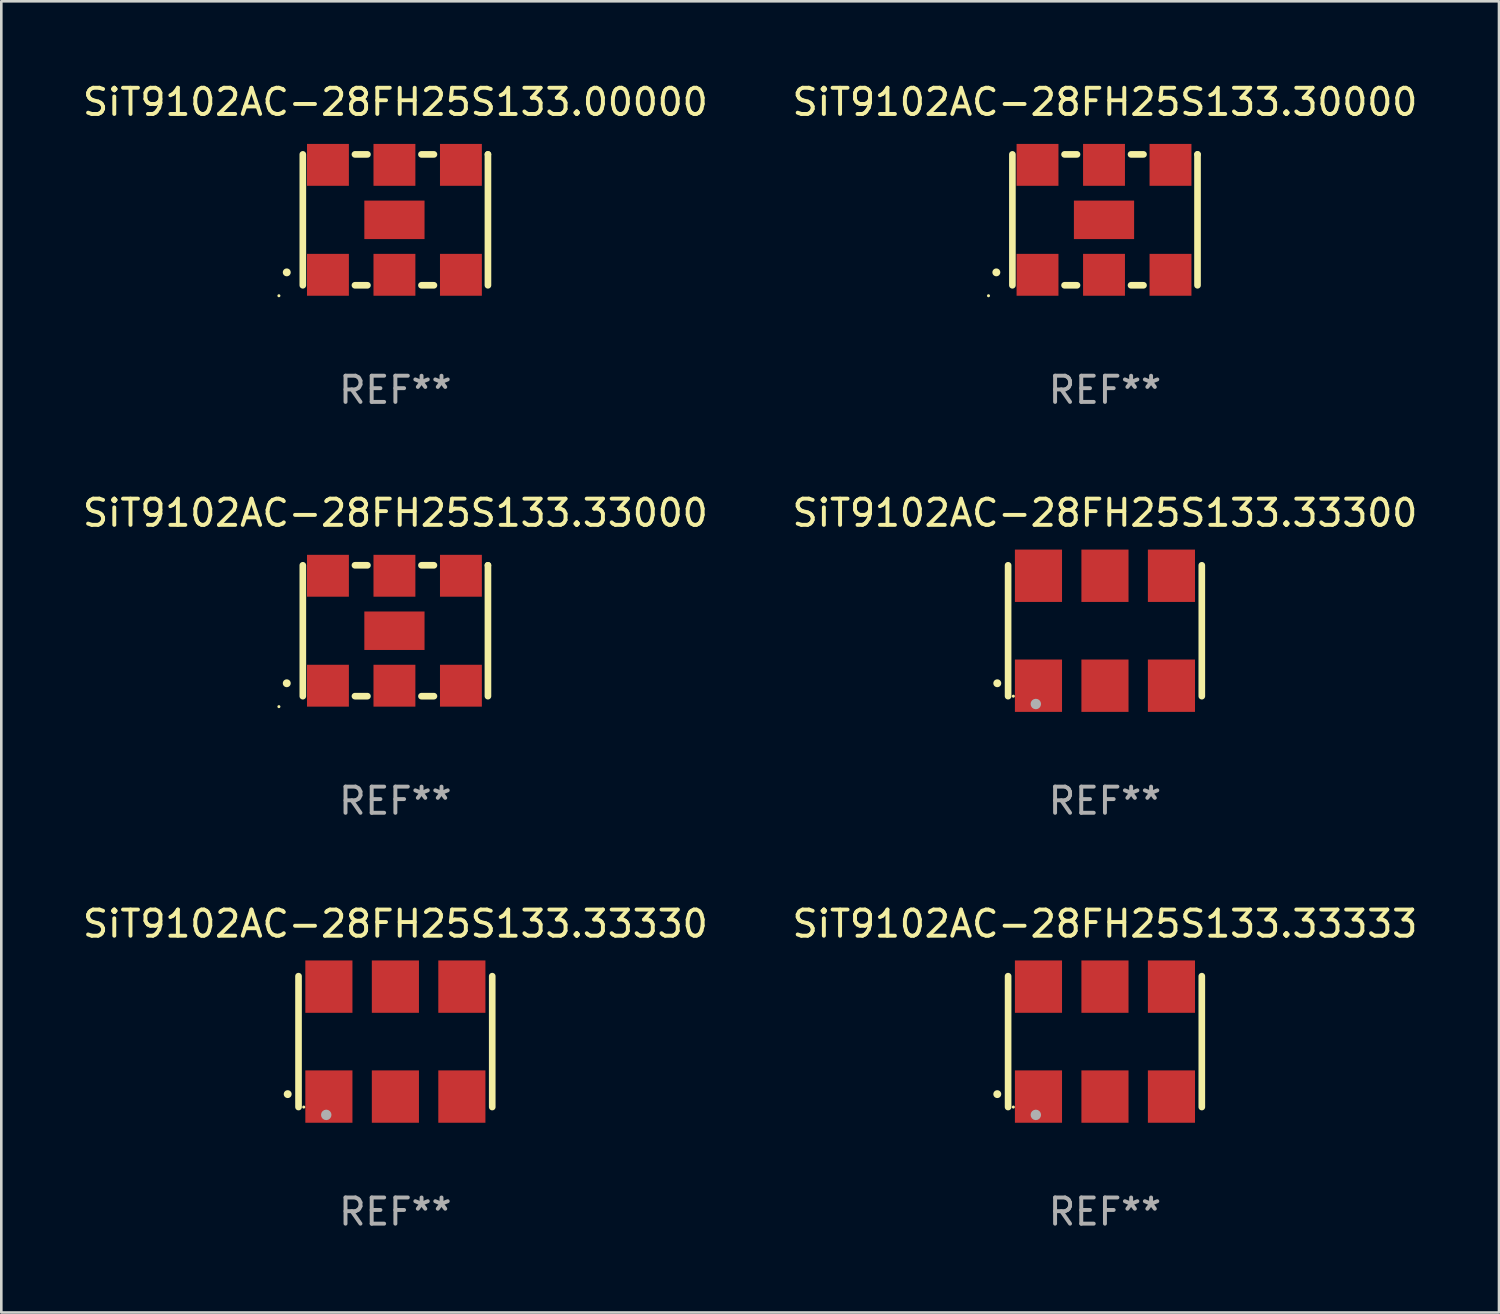
<source format=kicad_pcb>
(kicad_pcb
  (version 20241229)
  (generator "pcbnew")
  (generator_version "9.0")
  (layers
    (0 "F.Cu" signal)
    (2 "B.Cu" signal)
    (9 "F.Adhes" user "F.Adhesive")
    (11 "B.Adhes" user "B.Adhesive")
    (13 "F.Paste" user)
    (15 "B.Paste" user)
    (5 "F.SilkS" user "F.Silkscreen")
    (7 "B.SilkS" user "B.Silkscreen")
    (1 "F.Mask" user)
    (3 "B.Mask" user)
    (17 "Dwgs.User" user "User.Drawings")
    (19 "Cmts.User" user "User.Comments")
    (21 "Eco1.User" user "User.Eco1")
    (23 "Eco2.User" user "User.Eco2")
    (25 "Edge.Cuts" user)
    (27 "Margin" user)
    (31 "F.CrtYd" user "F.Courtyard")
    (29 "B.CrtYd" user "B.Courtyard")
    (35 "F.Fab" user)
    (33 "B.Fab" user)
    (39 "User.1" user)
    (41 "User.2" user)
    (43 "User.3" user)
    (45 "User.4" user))
  (footprint "SiT9102AC-28FH25S133.33333"
    (layer "F.Cu")
    (at 39.161 36.741)
    (property "Reference" "SiT9102AC-28FH25S133.33333" (at 0 -4.5 0) (layer "F.SilkS") (effects (font (size 1 1) (thickness 0.15))))
    (attr through_hole)
    (fp_line (start -3.7 -2.5) (end -3.7 2.5) (stroke (width 0.254) (type solid)) (layer "F.SilkS"))
    (fp_line (start 3.7 -2.5) (end 3.7 2.5) (stroke (width 0.254) (type solid)) (layer "F.SilkS"))
    (fp_arc (start -4.114415 2.006604) (mid -4.113145 2.006599) (end -4.111875 2.006604) (stroke (width 0.3) (type solid)) (layer "F.SilkS"))
    (fp_circle (center -3.5 2.501) (end -3.47 2.501) (stroke (width 0.06) (type solid)) (fill no) (layer "F.SilkS"))
    (fp_circle (center -2.641 2.799) (end -2.541 2.799) (stroke (width 0.2) (type solid)) (fill no) (layer "F.Fab"))
    (fp_text user "REF**" (at 0 6.5 0) (layer "F.Fab") (effects (font (size 1 1) (thickness 0.15))))
    (pad "1" smd rect (at -2.54 2.1) (size 1.8 2) (layers "F.Cu" "F.Mask" "F.Paste"))
    (pad "2" smd rect (at 0.000394 2.1) (size 1.8 2) (layers "F.Cu" "F.Mask" "F.Paste"))
    (pad "3" smd rect (at 2.54 2.1) (size 1.8 2) (layers "F.Cu" "F.Mask" "F.Paste"))
    (pad "4" smd rect (at 2.54 -2.1) (size 1.8 2) (layers "F.Cu" "F.Mask" "F.Paste"))
    (pad "5" smd rect (at 0.000394 -2.1) (size 1.8 2) (layers "F.Cu" "F.Mask" "F.Paste"))
    (pad "6" smd rect (at -2.54 -2.1) (size 1.8 2) (layers "F.Cu" "F.Mask" "F.Paste")))
  (footprint "SiT9102AC-28FH25S133.33000"
    (layer "F.Cu")
    (at 12.054 21.045)
    (property "Reference" "SiT9102AC-28FH25S133.33000" (at 0 -4.5 0) (layer "F.SilkS") (effects (font (size 1 1) (thickness 0.15))))
    (attr through_hole)
    (fp_line (start -3.536 -2.5) (end -3.536 2.5) (stroke (width 0.254) (type solid)) (layer "F.SilkS"))
    (fp_line (start -1.544 2.5) (end -1.067 2.5) (stroke (width 0.254) (type solid)) (layer "F.SilkS"))
    (fp_line (start -1.067 -2.5) (end -1.544 -2.5) (stroke (width 0.254) (type solid)) (layer "F.SilkS"))
    (fp_line (start 0.996 2.5) (end 1.473 2.5) (stroke (width 0.254) (type solid)) (layer "F.SilkS"))
    (fp_line (start 1.473 -2.5) (end 0.996 -2.5) (stroke (width 0.254) (type solid)) (layer "F.SilkS"))
    (fp_line (start 3.536 -2.5) (end 3.536 -2.5) (stroke (width 0.254) (type solid)) (layer "F.SilkS"))
    (fp_line (start 3.536 2.5) (end 3.536 -2.5) (stroke (width 0.254) (type solid)) (layer "F.SilkS"))
    (fp_arc (start -4.150432 2.006604) (mid -4.149162 2.006599) (end -4.147892 2.006604) (stroke (width 0.3) (type solid)) (layer "F.SilkS"))
    (fp_circle (center -4.449 2.9) (end -4.419 2.9) (stroke (width 0.06) (type solid)) (fill no) (layer "F.SilkS"))
    (fp_text user "REF**" (at 0 6.5 0) (layer "F.Fab") (effects (font (size 1 1) (thickness 0.15))))
    (pad "1" smd rect (at -2.576 2.1) (size 1.6 1.6) (layers "F.Cu" "F.Mask" "F.Paste"))
    (pad "2" smd rect (at -0.036 2.1) (size 1.6 1.6) (layers "F.Cu" "F.Mask" "F.Paste"))
    (pad "3" smd rect (at 2.504 2.1) (size 1.6 1.6) (layers "F.Cu" "F.Mask" "F.Paste"))
    (pad "4" smd rect (at 2.504 -2.1) (size 1.6 1.6) (layers "F.Cu" "F.Mask" "F.Paste"))
    (pad "5" smd rect (at -0.036 -2.1) (size 1.6 1.6) (layers "F.Cu" "F.Mask" "F.Paste"))
    (pad "6" smd rect (at -2.576 -2.1) (size 1.6 1.6) (layers "F.Cu" "F.Mask" "F.Paste"))
    (pad "7" smd rect (at -0.036 0) (size 2.3 1.47) (layers "F.Cu" "F.Mask" "F.Paste")))
  (footprint "SiT9102AC-28FH25S133.00000"
    (layer "F.Cu")
    (at 12.054 5.348)
    (property "Reference" "SiT9102AC-28FH25S133.00000" (at 0 -4.5 0) (layer "F.SilkS") (effects (font (size 1 1) (thickness 0.15))))
    (attr through_hole)
    (fp_line (start -3.536 -2.5) (end -3.536 2.5) (stroke (width 0.254) (type solid)) (layer "F.SilkS"))
    (fp_line (start -1.544 2.5) (end -1.067 2.5) (stroke (width 0.254) (type solid)) (layer "F.SilkS"))
    (fp_line (start -1.067 -2.5) (end -1.544 -2.5) (stroke (width 0.254) (type solid)) (layer "F.SilkS"))
    (fp_line (start 0.996 2.5) (end 1.473 2.5) (stroke (width 0.254) (type solid)) (layer "F.SilkS"))
    (fp_line (start 1.473 -2.5) (end 0.996 -2.5) (stroke (width 0.254) (type solid)) (layer "F.SilkS"))
    (fp_line (start 3.536 -2.5) (end 3.536 -2.5) (stroke (width 0.254) (type solid)) (layer "F.SilkS"))
    (fp_line (start 3.536 2.5) (end 3.536 -2.5) (stroke (width 0.254) (type solid)) (layer "F.SilkS"))
    (fp_arc (start -4.150432 2.006604) (mid -4.149162 2.006599) (end -4.147892 2.006604) (stroke (width 0.3) (type solid)) (layer "F.SilkS"))
    (fp_circle (center -4.449 2.9) (end -4.419 2.9) (stroke (width 0.06) (type solid)) (fill no) (layer "F.SilkS"))
    (fp_text user "REF**" (at 0 6.5 0) (layer "F.Fab") (effects (font (size 1 1) (thickness 0.15))))
    (pad "1" smd rect (at -2.576 2.1) (size 1.6 1.6) (layers "F.Cu" "F.Mask" "F.Paste"))
    (pad "2" smd rect (at -0.036 2.1) (size 1.6 1.6) (layers "F.Cu" "F.Mask" "F.Paste"))
    (pad "3" smd rect (at 2.504 2.1) (size 1.6 1.6) (layers "F.Cu" "F.Mask" "F.Paste"))
    (pad "4" smd rect (at 2.504 -2.1) (size 1.6 1.6) (layers "F.Cu" "F.Mask" "F.Paste"))
    (pad "5" smd rect (at -0.036 -2.1) (size 1.6 1.6) (layers "F.Cu" "F.Mask" "F.Paste"))
    (pad "6" smd rect (at -2.576 -2.1) (size 1.6 1.6) (layers "F.Cu" "F.Mask" "F.Paste"))
    (pad "7" smd rect (at -0.036 0) (size 2.3 1.47) (layers "F.Cu" "F.Mask" "F.Paste")))
  (footprint "SiT9102AC-28FH25S133.33330"
    (layer "F.Cu")
    (at 12.054 36.741)
    (property "Reference" "SiT9102AC-28FH25S133.33330" (at 0 -4.5 0) (layer "F.SilkS") (effects (font (size 1 1) (thickness 0.15))))
    (attr through_hole)
    (fp_line (start -3.7 -2.5) (end -3.7 2.5) (stroke (width 0.254) (type solid)) (layer "F.SilkS"))
    (fp_line (start 3.7 -2.5) (end 3.7 2.5) (stroke (width 0.254) (type solid)) (layer "F.SilkS"))
    (fp_arc (start -4.114415 2.006604) (mid -4.113145 2.006599) (end -4.111875 2.006604) (stroke (width 0.3) (type solid)) (layer "F.SilkS"))
    (fp_circle (center -3.5 2.501) (end -3.47 2.501) (stroke (width 0.06) (type solid)) (fill no) (layer "F.SilkS"))
    (fp_circle (center -2.641 2.799) (end -2.541 2.799) (stroke (width 0.2) (type solid)) (fill no) (layer "F.Fab"))
    (fp_text user "REF**" (at 0 6.5 0) (layer "F.Fab") (effects (font (size 1 1) (thickness 0.15))))
    (pad "1" smd rect (at -2.54 2.1) (size 1.8 2) (layers "F.Cu" "F.Mask" "F.Paste"))
    (pad "2" smd rect (at 0.000394 2.1) (size 1.8 2) (layers "F.Cu" "F.Mask" "F.Paste"))
    (pad "3" smd rect (at 2.54 2.1) (size 1.8 2) (layers "F.Cu" "F.Mask" "F.Paste"))
    (pad "4" smd rect (at 2.54 -2.1) (size 1.8 2) (layers "F.Cu" "F.Mask" "F.Paste"))
    (pad "5" smd rect (at 0.000394 -2.1) (size 1.8 2) (layers "F.Cu" "F.Mask" "F.Paste"))
    (pad "6" smd rect (at -2.54 -2.1) (size 1.8 2) (layers "F.Cu" "F.Mask" "F.Paste")))
  (footprint "SiT9102AC-28FH25S133.30000"
    (layer "F.Cu")
    (at 39.161 5.348)
    (property "Reference" "SiT9102AC-28FH25S133.30000" (at 0 -4.5 0) (layer "F.SilkS") (effects (font (size 1 1) (thickness 0.15))))
    (attr through_hole)
    (fp_line (start -3.536 -2.5) (end -3.536 2.5) (stroke (width 0.254) (type solid)) (layer "F.SilkS"))
    (fp_line (start -1.544 2.5) (end -1.067 2.5) (stroke (width 0.254) (type solid)) (layer "F.SilkS"))
    (fp_line (start -1.067 -2.5) (end -1.544 -2.5) (stroke (width 0.254) (type solid)) (layer "F.SilkS"))
    (fp_line (start 0.996 2.5) (end 1.473 2.5) (stroke (width 0.254) (type solid)) (layer "F.SilkS"))
    (fp_line (start 1.473 -2.5) (end 0.996 -2.5) (stroke (width 0.254) (type solid)) (layer "F.SilkS"))
    (fp_line (start 3.536 -2.5) (end 3.536 -2.5) (stroke (width 0.254) (type solid)) (layer "F.SilkS"))
    (fp_line (start 3.536 2.5) (end 3.536 -2.5) (stroke (width 0.254) (type solid)) (layer "F.SilkS"))
    (fp_arc (start -4.150432 2.006604) (mid -4.149162 2.006599) (end -4.147892 2.006604) (stroke (width 0.3) (type solid)) (layer "F.SilkS"))
    (fp_circle (center -4.449 2.9) (end -4.419 2.9) (stroke (width 0.06) (type solid)) (fill no) (layer "F.SilkS"))
    (fp_text user "REF**" (at 0 6.5 0) (layer "F.Fab") (effects (font (size 1 1) (thickness 0.15))))
    (pad "1" smd rect (at -2.576 2.1) (size 1.6 1.6) (layers "F.Cu" "F.Mask" "F.Paste"))
    (pad "2" smd rect (at -0.036 2.1) (size 1.6 1.6) (layers "F.Cu" "F.Mask" "F.Paste"))
    (pad "3" smd rect (at 2.504 2.1) (size 1.6 1.6) (layers "F.Cu" "F.Mask" "F.Paste"))
    (pad "4" smd rect (at 2.504 -2.1) (size 1.6 1.6) (layers "F.Cu" "F.Mask" "F.Paste"))
    (pad "5" smd rect (at -0.036 -2.1) (size 1.6 1.6) (layers "F.Cu" "F.Mask" "F.Paste"))
    (pad "6" smd rect (at -2.576 -2.1) (size 1.6 1.6) (layers "F.Cu" "F.Mask" "F.Paste"))
    (pad "7" smd rect (at -0.036 0) (size 2.3 1.47) (layers "F.Cu" "F.Mask" "F.Paste")))
  (footprint "SiT9102AC-28FH25S133.33300"
    (layer "F.Cu")
    (at 39.161 21.045)
    (property "Reference" "SiT9102AC-28FH25S133.33300" (at 0 -4.5 0) (layer "F.SilkS") (effects (font (size 1 1) (thickness 0.15))))
    (attr through_hole)
    (fp_line (start -3.7 -2.5) (end -3.7 2.5) (stroke (width 0.254) (type solid)) (layer "F.SilkS"))
    (fp_line (start 3.7 -2.5) (end 3.7 2.5) (stroke (width 0.254) (type solid)) (layer "F.SilkS"))
    (fp_arc (start -4.114415 2.006604) (mid -4.113145 2.006599) (end -4.111875 2.006604) (stroke (width 0.3) (type solid)) (layer "F.SilkS"))
    (fp_circle (center -3.5 2.501) (end -3.47 2.501) (stroke (width 0.06) (type solid)) (fill no) (layer "F.SilkS"))
    (fp_circle (center -2.641 2.799) (end -2.541 2.799) (stroke (width 0.2) (type solid)) (fill no) (layer "F.Fab"))
    (fp_text user "REF**" (at 0 6.5 0) (layer "F.Fab") (effects (font (size 1 1) (thickness 0.15))))
    (pad "1" smd rect (at -2.54 2.1) (size 1.8 2) (layers "F.Cu" "F.Mask" "F.Paste"))
    (pad "2" smd rect (at 0.000394 2.1) (size 1.8 2) (layers "F.Cu" "F.Mask" "F.Paste"))
    (pad "3" smd rect (at 2.54 2.1) (size 1.8 2) (layers "F.Cu" "F.Mask" "F.Paste"))
    (pad "4" smd rect (at 2.54 -2.1) (size 1.8 2) (layers "F.Cu" "F.Mask" "F.Paste"))
    (pad "5" smd rect (at 0.000394 -2.1) (size 1.8 2) (layers "F.Cu" "F.Mask" "F.Paste"))
    (pad "6" smd rect (at -2.54 -2.1) (size 1.8 2) (layers "F.Cu" "F.Mask" "F.Paste")))
  (gr_rect
    (start -3 -3)
    (end 54.214 47.09)
    (stroke (width 0.1) (type default))
    (fill no)
    (layer "Edge.Cuts")))
</source>
